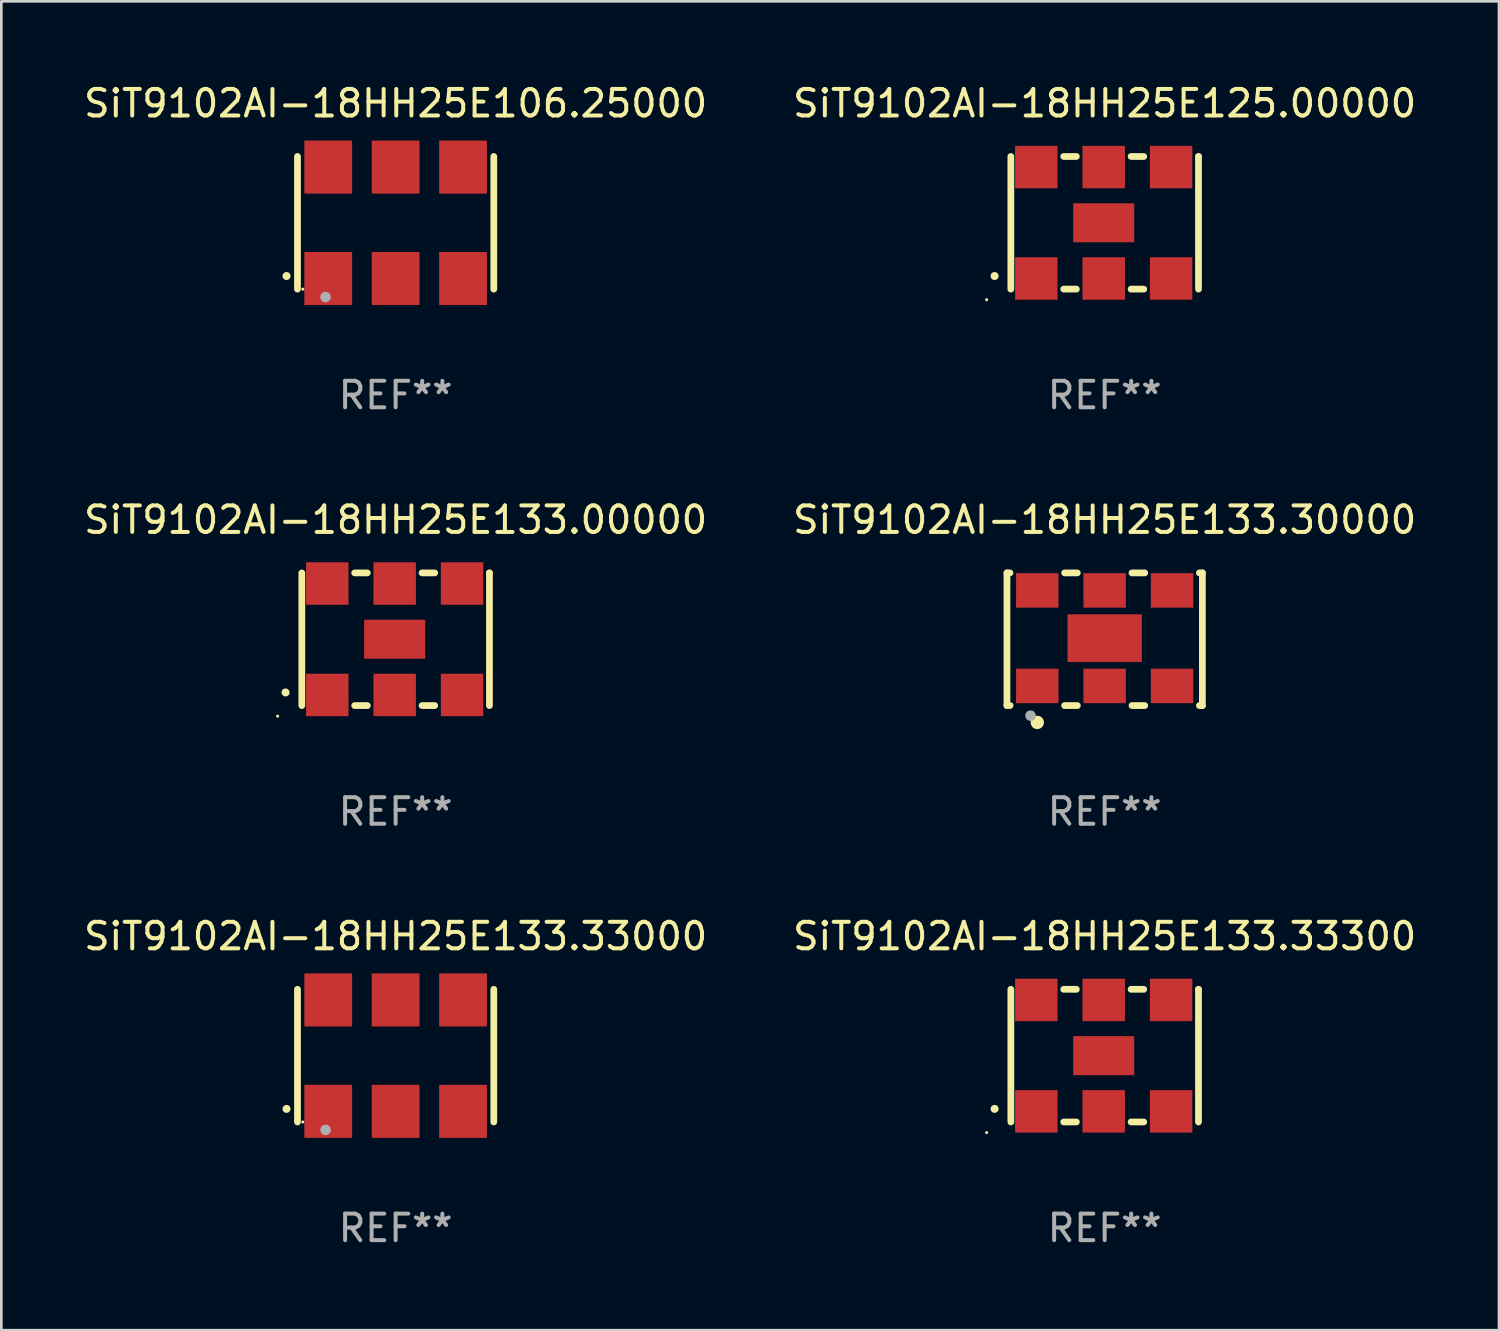
<source format=kicad_pcb>
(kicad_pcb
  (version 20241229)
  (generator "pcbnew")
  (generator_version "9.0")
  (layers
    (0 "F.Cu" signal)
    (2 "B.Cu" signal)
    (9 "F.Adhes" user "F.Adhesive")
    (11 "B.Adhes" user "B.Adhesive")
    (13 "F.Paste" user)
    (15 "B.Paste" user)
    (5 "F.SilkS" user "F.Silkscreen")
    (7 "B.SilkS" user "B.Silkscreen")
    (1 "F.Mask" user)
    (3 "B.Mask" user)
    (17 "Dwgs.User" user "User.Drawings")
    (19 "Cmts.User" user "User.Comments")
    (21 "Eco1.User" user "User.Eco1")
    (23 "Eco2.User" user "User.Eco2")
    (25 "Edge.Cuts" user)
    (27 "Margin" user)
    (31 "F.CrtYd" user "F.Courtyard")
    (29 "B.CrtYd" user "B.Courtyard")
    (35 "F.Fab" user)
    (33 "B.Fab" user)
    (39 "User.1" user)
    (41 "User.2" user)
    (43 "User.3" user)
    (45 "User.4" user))
  (footprint "SiT9102AI-18HH25E133.00000"
    (layer "F.Cu")
    (at 11.863 21.045)
    (property "Reference" "SiT9102AI-18HH25E133.00000" (at 0 -4.5 0) (layer "F.SilkS") (effects (font (size 1 1) (thickness 0.15))))
    (attr through_hole)
    (fp_line (start -3.536 -2.5) (end -3.536 2.5) (stroke (width 0.254) (type solid)) (layer "F.SilkS"))
    (fp_line (start -1.544 2.5) (end -1.067 2.5) (stroke (width 0.254) (type solid)) (layer "F.SilkS"))
    (fp_line (start -1.067 -2.5) (end -1.544 -2.5) (stroke (width 0.254) (type solid)) (layer "F.SilkS"))
    (fp_line (start 0.996 2.5) (end 1.473 2.5) (stroke (width 0.254) (type solid)) (layer "F.SilkS"))
    (fp_line (start 1.473 -2.5) (end 0.996 -2.5) (stroke (width 0.254) (type solid)) (layer "F.SilkS"))
    (fp_line (start 3.536 -2.5) (end 3.536 -2.5) (stroke (width 0.254) (type solid)) (layer "F.SilkS"))
    (fp_line (start 3.536 2.5) (end 3.536 -2.5) (stroke (width 0.254) (type solid)) (layer "F.SilkS"))
    (fp_arc (start -4.150432 2.006604) (mid -4.149162 2.006599) (end -4.147892 2.006604) (stroke (width 0.3) (type solid)) (layer "F.SilkS"))
    (fp_circle (center -4.449 2.9) (end -4.419 2.9) (stroke (width 0.06) (type solid)) (fill no) (layer "F.SilkS"))
    (fp_text user "REF**" (at 0 6.5 0) (layer "F.Fab") (effects (font (size 1 1) (thickness 0.15))))
    (pad "1" smd rect (at -2.576 2.1) (size 1.6 1.6) (layers "F.Cu" "F.Mask" "F.Paste"))
    (pad "2" smd rect (at -0.036 2.1) (size 1.6 1.6) (layers "F.Cu" "F.Mask" "F.Paste"))
    (pad "3" smd rect (at 2.504 2.1) (size 1.6 1.6) (layers "F.Cu" "F.Mask" "F.Paste"))
    (pad "4" smd rect (at 2.504 -2.1) (size 1.6 1.6) (layers "F.Cu" "F.Mask" "F.Paste"))
    (pad "5" smd rect (at -0.036 -2.1) (size 1.6 1.6) (layers "F.Cu" "F.Mask" "F.Paste"))
    (pad "6" smd rect (at -2.576 -2.1) (size 1.6 1.6) (layers "F.Cu" "F.Mask" "F.Paste"))
    (pad "7" smd rect (at -0.036 0) (size 2.3 1.47) (layers "F.Cu" "F.Mask" "F.Paste")))
  (footprint "SiT9102AI-18HH25E133.33300"
    (layer "F.Cu")
    (at 38.589 36.741)
    (property "Reference" "SiT9102AI-18HH25E133.33300" (at 0 -4.5 0) (layer "F.SilkS") (effects (font (size 1 1) (thickness 0.15))))
    (attr through_hole)
    (fp_line (start -3.536 -2.5) (end -3.536 2.5) (stroke (width 0.254) (type solid)) (layer "F.SilkS"))
    (fp_line (start -1.544 2.5) (end -1.067 2.5) (stroke (width 0.254) (type solid)) (layer "F.SilkS"))
    (fp_line (start -1.067 -2.5) (end -1.544 -2.5) (stroke (width 0.254) (type solid)) (layer "F.SilkS"))
    (fp_line (start 0.996 2.5) (end 1.473 2.5) (stroke (width 0.254) (type solid)) (layer "F.SilkS"))
    (fp_line (start 1.473 -2.5) (end 0.996 -2.5) (stroke (width 0.254) (type solid)) (layer "F.SilkS"))
    (fp_line (start 3.536 -2.5) (end 3.536 -2.5) (stroke (width 0.254) (type solid)) (layer "F.SilkS"))
    (fp_line (start 3.536 2.5) (end 3.536 -2.5) (stroke (width 0.254) (type solid)) (layer "F.SilkS"))
    (fp_arc (start -4.150432 2.006604) (mid -4.149162 2.006599) (end -4.147892 2.006604) (stroke (width 0.3) (type solid)) (layer "F.SilkS"))
    (fp_circle (center -4.449 2.9) (end -4.419 2.9) (stroke (width 0.06) (type solid)) (fill no) (layer "F.SilkS"))
    (fp_text user "REF**" (at 0 6.5 0) (layer "F.Fab") (effects (font (size 1 1) (thickness 0.15))))
    (pad "1" smd rect (at -2.576 2.1) (size 1.6 1.6) (layers "F.Cu" "F.Mask" "F.Paste"))
    (pad "2" smd rect (at -0.036 2.1) (size 1.6 1.6) (layers "F.Cu" "F.Mask" "F.Paste"))
    (pad "3" smd rect (at 2.504 2.1) (size 1.6 1.6) (layers "F.Cu" "F.Mask" "F.Paste"))
    (pad "4" smd rect (at 2.504 -2.1) (size 1.6 1.6) (layers "F.Cu" "F.Mask" "F.Paste"))
    (pad "5" smd rect (at -0.036 -2.1) (size 1.6 1.6) (layers "F.Cu" "F.Mask" "F.Paste"))
    (pad "6" smd rect (at -2.576 -2.1) (size 1.6 1.6) (layers "F.Cu" "F.Mask" "F.Paste"))
    (pad "7" smd rect (at -0.036 0) (size 2.3 1.47) (layers "F.Cu" "F.Mask" "F.Paste")))
  (footprint "SiT9102AI-18HH25E125.00000"
    (layer "F.Cu")
    (at 38.589 5.348)
    (property "Reference" "SiT9102AI-18HH25E125.00000" (at 0 -4.5 0) (layer "F.SilkS") (effects (font (size 1 1) (thickness 0.15))))
    (attr through_hole)
    (fp_line (start -3.536 -2.5) (end -3.536 2.5) (stroke (width 0.254) (type solid)) (layer "F.SilkS"))
    (fp_line (start -1.544 2.5) (end -1.067 2.5) (stroke (width 0.254) (type solid)) (layer "F.SilkS"))
    (fp_line (start -1.067 -2.5) (end -1.544 -2.5) (stroke (width 0.254) (type solid)) (layer "F.SilkS"))
    (fp_line (start 0.996 2.5) (end 1.473 2.5) (stroke (width 0.254) (type solid)) (layer "F.SilkS"))
    (fp_line (start 1.473 -2.5) (end 0.996 -2.5) (stroke (width 0.254) (type solid)) (layer "F.SilkS"))
    (fp_line (start 3.536 -2.5) (end 3.536 -2.5) (stroke (width 0.254) (type solid)) (layer "F.SilkS"))
    (fp_line (start 3.536 2.5) (end 3.536 -2.5) (stroke (width 0.254) (type solid)) (layer "F.SilkS"))
    (fp_arc (start -4.150432 2.006604) (mid -4.149162 2.006599) (end -4.147892 2.006604) (stroke (width 0.3) (type solid)) (layer "F.SilkS"))
    (fp_circle (center -4.449 2.9) (end -4.419 2.9) (stroke (width 0.06) (type solid)) (fill no) (layer "F.SilkS"))
    (fp_text user "REF**" (at 0 6.5 0) (layer "F.Fab") (effects (font (size 1 1) (thickness 0.15))))
    (pad "1" smd rect (at -2.576 2.1) (size 1.6 1.6) (layers "F.Cu" "F.Mask" "F.Paste"))
    (pad "2" smd rect (at -0.036 2.1) (size 1.6 1.6) (layers "F.Cu" "F.Mask" "F.Paste"))
    (pad "3" smd rect (at 2.504 2.1) (size 1.6 1.6) (layers "F.Cu" "F.Mask" "F.Paste"))
    (pad "4" smd rect (at 2.504 -2.1) (size 1.6 1.6) (layers "F.Cu" "F.Mask" "F.Paste"))
    (pad "5" smd rect (at -0.036 -2.1) (size 1.6 1.6) (layers "F.Cu" "F.Mask" "F.Paste"))
    (pad "6" smd rect (at -2.576 -2.1) (size 1.6 1.6) (layers "F.Cu" "F.Mask" "F.Paste"))
    (pad "7" smd rect (at -0.036 0) (size 2.3 1.47) (layers "F.Cu" "F.Mask" "F.Paste")))
  (footprint "SiT9102AI-18HH25E133.33000"
    (layer "F.Cu")
    (at 11.863 36.741)
    (property "Reference" "SiT9102AI-18HH25E133.33000" (at 0 -4.5 0) (layer "F.SilkS") (effects (font (size 1 1) (thickness 0.15))))
    (attr through_hole)
    (fp_line (start -3.7 -2.5) (end -3.7 2.5) (stroke (width 0.254) (type solid)) (layer "F.SilkS"))
    (fp_line (start 3.7 -2.5) (end 3.7 2.5) (stroke (width 0.254) (type solid)) (layer "F.SilkS"))
    (fp_arc (start -4.114415 2.006604) (mid -4.113145 2.006599) (end -4.111875 2.006604) (stroke (width 0.3) (type solid)) (layer "F.SilkS"))
    (fp_circle (center -3.5 2.501) (end -3.47 2.501) (stroke (width 0.06) (type solid)) (fill no) (layer "F.SilkS"))
    (fp_circle (center -2.641 2.799) (end -2.541 2.799) (stroke (width 0.2) (type solid)) (fill no) (layer "F.Fab"))
    (fp_text user "REF**" (at 0 6.5 0) (layer "F.Fab") (effects (font (size 1 1) (thickness 0.15))))
    (pad "1" smd rect (at -2.54 2.1) (size 1.8 2) (layers "F.Cu" "F.Mask" "F.Paste"))
    (pad "2" smd rect (at 0.000394 2.1) (size 1.8 2) (layers "F.Cu" "F.Mask" "F.Paste"))
    (pad "3" smd rect (at 2.54 2.1) (size 1.8 2) (layers "F.Cu" "F.Mask" "F.Paste"))
    (pad "4" smd rect (at 2.54 -2.1) (size 1.8 2) (layers "F.Cu" "F.Mask" "F.Paste"))
    (pad "5" smd rect (at 0.000394 -2.1) (size 1.8 2) (layers "F.Cu" "F.Mask" "F.Paste"))
    (pad "6" smd rect (at -2.54 -2.1) (size 1.8 2) (layers "F.Cu" "F.Mask" "F.Paste")))
  (footprint "SiT9102AI-18HH25E133.30000"
    (layer "F.Cu")
    (at 38.589 21.045)
    (property "Reference" "SiT9102AI-18HH25E133.30000" (at 0 -4.5 0) (layer "F.SilkS") (effects (font (size 1 1) (thickness 0.15))))
    (attr through_hole)
    (fp_line (start -3.683 -2.5) (end -3.571 -2.5) (stroke (width 0.254) (type solid)) (layer "F.SilkS"))
    (fp_line (start -3.683 2.5) (end -3.683 -2.5) (stroke (width 0.254) (type solid)) (layer "F.SilkS"))
    (fp_line (start -3.683 2.5) (end -3.571 2.5) (stroke (width 0.254) (type solid)) (layer "F.SilkS"))
    (fp_line (start -1.509 -2.5) (end -1.031 -2.5) (stroke (width 0.254) (type solid)) (layer "F.SilkS"))
    (fp_line (start -1.509 2.5) (end -1.031 2.5) (stroke (width 0.254) (type solid)) (layer "F.SilkS"))
    (fp_line (start 1.031 -2.5) (end 1.509 -2.5) (stroke (width 0.254) (type solid)) (layer "F.SilkS"))
    (fp_line (start 1.031 2.5) (end 1.509 2.5) (stroke (width 0.254) (type solid)) (layer "F.SilkS"))
    (fp_line (start 3.571 -2.5) (end 3.683 -2.5) (stroke (width 0.254) (type solid)) (layer "F.SilkS"))
    (fp_line (start 3.571 2.5) (end 3.683 2.5) (stroke (width 0.254) (type solid)) (layer "F.SilkS"))
    (fp_line (start 3.683 2.5) (end 3.683 -2.5) (stroke (width 0.254) (type solid)) (layer "F.SilkS"))
    (fp_circle (center -3.5 2.46) (end -3.47 2.46) (stroke (width 0.06) (type solid)) (fill no) (layer "F.SilkS"))
    (fp_circle (center -2.54 3.135) (end -2.413 3.135) (stroke (width 0.254) (type solid)) (fill no) (layer "F.SilkS"))
    (fp_circle (center -2.794 2.881) (end -2.694 2.881) (stroke (width 0.2) (type solid)) (fill no) (layer "F.Fab"))
    (fp_text user "REF**" (at 0 6.5 0) (layer "F.Fab") (effects (font (size 1 1) (thickness 0.15))))
    (pad "1" smd rect (at -2.54 1.76) (size 1.6 1.3) (layers "F.Cu" "F.Mask" "F.Paste"))
    (pad "2" smd rect (at 0 1.76) (size 1.6 1.3) (layers "F.Cu" "F.Mask" "F.Paste"))
    (pad "3" smd rect (at 2.54 1.76) (size 1.6 1.3) (layers "F.Cu" "F.Mask" "F.Paste"))
    (pad "4" smd rect (at 2.54 -1.84) (size 1.6 1.3) (layers "F.Cu" "F.Mask" "F.Paste"))
    (pad "5" smd rect (at 0 -1.84) (size 1.6 1.3) (layers "F.Cu" "F.Mask" "F.Paste"))
    (pad "6" smd rect (at -2.54 -1.84) (size 1.6 1.3) (layers "F.Cu" "F.Mask" "F.Paste"))
    (pad "7" smd rect (at 0 -0.04) (size 2.8 1.8) (layers "F.Cu" "F.Mask" "F.Paste")))
  (footprint "SiT9102AI-18HH25E106.25000"
    (layer "F.Cu")
    (at 11.863 5.348)
    (property "Reference" "SiT9102AI-18HH25E106.25000" (at 0 -4.5 0) (layer "F.SilkS") (effects (font (size 1 1) (thickness 0.15))))
    (attr through_hole)
    (fp_line (start -3.7 -2.5) (end -3.7 2.5) (stroke (width 0.254) (type solid)) (layer "F.SilkS"))
    (fp_line (start 3.7 -2.5) (end 3.7 2.5) (stroke (width 0.254) (type solid)) (layer "F.SilkS"))
    (fp_arc (start -4.114415 2.006604) (mid -4.113145 2.006599) (end -4.111875 2.006604) (stroke (width 0.3) (type solid)) (layer "F.SilkS"))
    (fp_circle (center -3.5 2.501) (end -3.47 2.501) (stroke (width 0.06) (type solid)) (fill no) (layer "F.SilkS"))
    (fp_circle (center -2.641 2.799) (end -2.541 2.799) (stroke (width 0.2) (type solid)) (fill no) (layer "F.Fab"))
    (fp_text user "REF**" (at 0 6.5 0) (layer "F.Fab") (effects (font (size 1 1) (thickness 0.15))))
    (pad "1" smd rect (at -2.54 2.1) (size 1.8 2) (layers "F.Cu" "F.Mask" "F.Paste"))
    (pad "2" smd rect (at 0.000394 2.1) (size 1.8 2) (layers "F.Cu" "F.Mask" "F.Paste"))
    (pad "3" smd rect (at 2.54 2.1) (size 1.8 2) (layers "F.Cu" "F.Mask" "F.Paste"))
    (pad "4" smd rect (at 2.54 -2.1) (size 1.8 2) (layers "F.Cu" "F.Mask" "F.Paste"))
    (pad "5" smd rect (at 0.000394 -2.1) (size 1.8 2) (layers "F.Cu" "F.Mask" "F.Paste"))
    (pad "6" smd rect (at -2.54 -2.1) (size 1.8 2) (layers "F.Cu" "F.Mask" "F.Paste")))
  (gr_rect
    (start -3 -3)
    (end 53.452 47.09)
    (stroke (width 0.1) (type default))
    (fill no)
    (layer "Edge.Cuts")))
</source>
